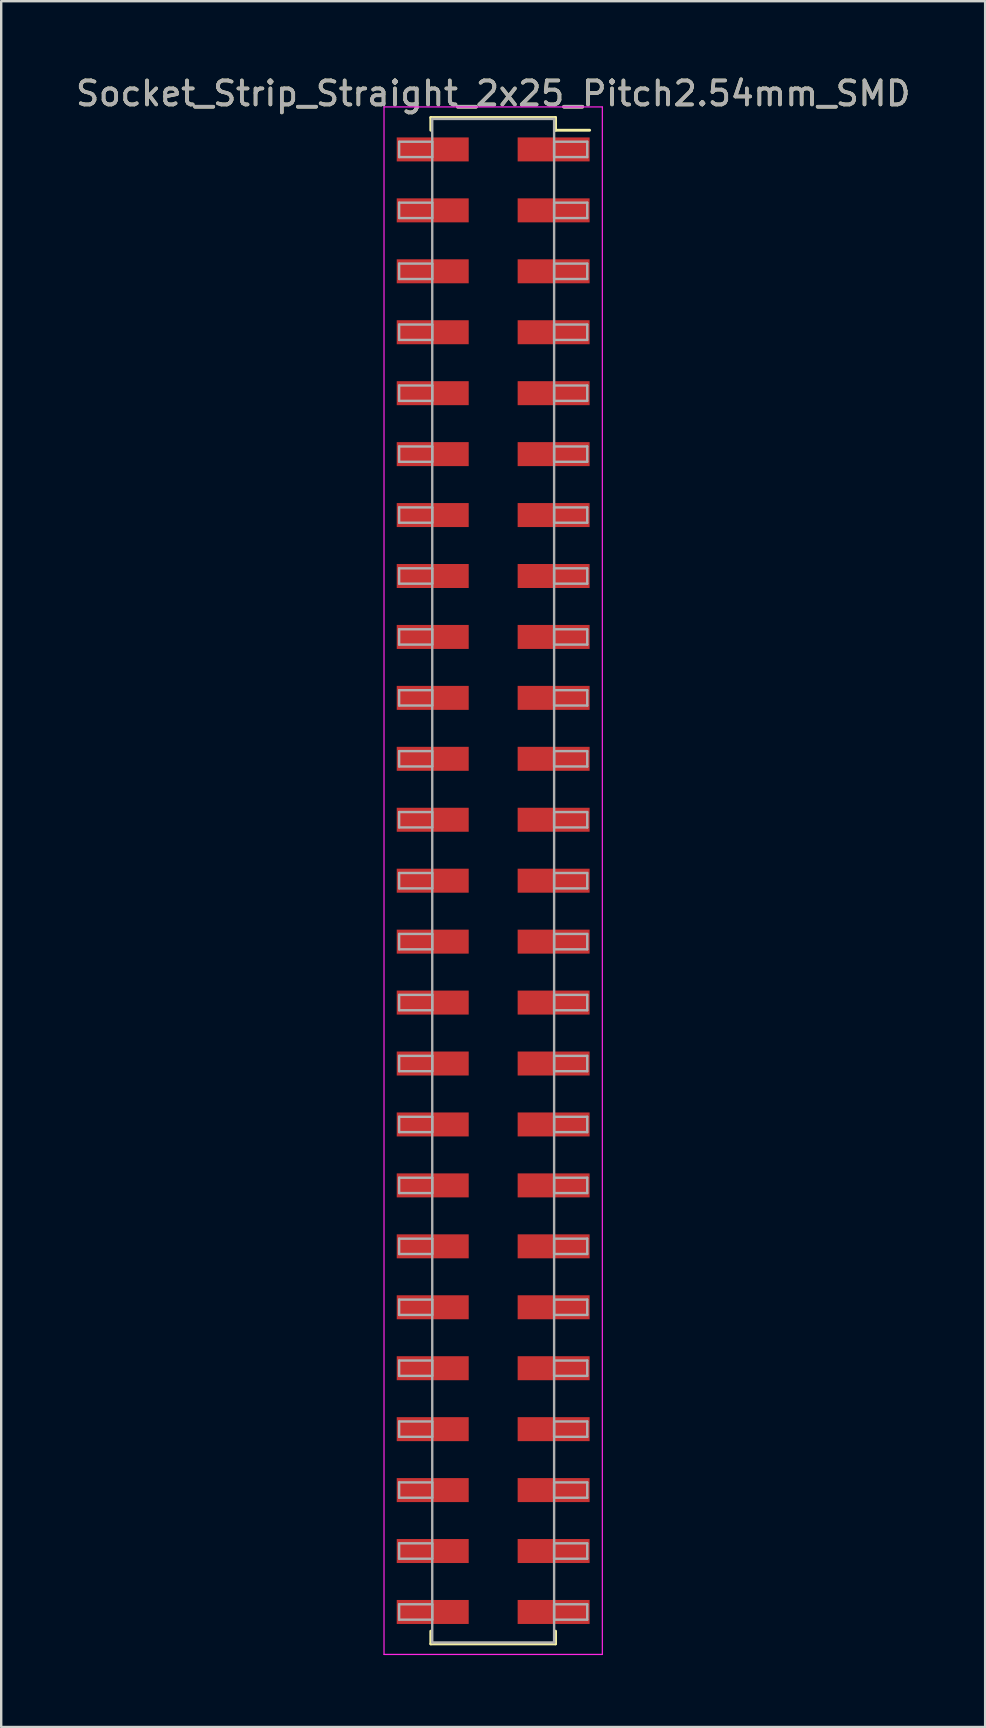
<source format=kicad_pcb>
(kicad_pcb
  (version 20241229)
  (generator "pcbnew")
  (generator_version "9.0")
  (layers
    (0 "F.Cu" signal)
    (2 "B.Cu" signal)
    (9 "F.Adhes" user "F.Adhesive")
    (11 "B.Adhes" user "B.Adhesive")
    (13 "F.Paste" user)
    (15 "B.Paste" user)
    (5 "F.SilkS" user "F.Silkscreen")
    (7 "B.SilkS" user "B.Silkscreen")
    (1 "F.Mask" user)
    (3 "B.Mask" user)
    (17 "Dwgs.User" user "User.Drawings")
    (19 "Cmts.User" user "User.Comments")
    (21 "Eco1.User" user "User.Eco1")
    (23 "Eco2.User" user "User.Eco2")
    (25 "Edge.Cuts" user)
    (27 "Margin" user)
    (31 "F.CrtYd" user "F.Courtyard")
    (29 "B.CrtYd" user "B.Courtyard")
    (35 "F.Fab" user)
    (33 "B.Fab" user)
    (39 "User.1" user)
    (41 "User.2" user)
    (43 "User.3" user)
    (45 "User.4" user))
  (footprint "Socket_Strip_Straight_2x25_Pitch2.54mm_SMD"
    (layer "F.Cu")
    (at 17.506 33.658)
    (property "Reference" "Socket_Strip_Straight_2x25_Pitch2.54mm_SMD" (at 0 -32.81 0) (layer "F.SilkS") (effects (font (size 1 1) (thickness 0.15))))
    (attr smd)
    (fp_line (start -2.6 -31.81) (end 2.6 -31.81) (stroke (width 0.12) (type solid)) (layer "F.SilkS"))
    (fp_line (start -2.6 -31.28) (end -2.6 -31.81) (stroke (width 0.12) (type solid)) (layer "F.SilkS"))
    (fp_line (start -2.6 31.28) (end -2.6 31.81) (stroke (width 0.12) (type solid)) (layer "F.SilkS"))
    (fp_line (start -2.6 31.81) (end 2.6 31.81) (stroke (width 0.12) (type solid)) (layer "F.SilkS"))
    (fp_line (start 2.6 -31.81) (end 2.6 -31.28) (stroke (width 0.12) (type solid)) (layer "F.SilkS"))
    (fp_line (start 2.6 31.81) (end 2.6 31.28) (stroke (width 0.12) (type solid)) (layer "F.SilkS"))
    (fp_line (start 4.02 -31.28) (end 2.6 -31.28) (stroke (width 0.12) (type solid)) (layer "F.SilkS"))
    (fp_line (start -4.55 -32.25) (end -4.55 32.25) (stroke (width 0.05) (type solid)) (layer "F.CrtYd"))
    (fp_line (start -4.55 32.25) (end 4.55 32.25) (stroke (width 0.05) (type solid)) (layer "F.CrtYd"))
    (fp_line (start 4.55 -32.25) (end -4.55 -32.25) (stroke (width 0.05) (type solid)) (layer "F.CrtYd"))
    (fp_line (start 4.55 32.25) (end 4.55 -32.25) (stroke (width 0.05) (type solid)) (layer "F.CrtYd"))
    (fp_line (start -3.92 -30.8) (end -2.54 -30.8) (stroke (width 0.1) (type solid)) (layer "F.Fab"))
    (fp_line (start -3.92 -30.16) (end -3.92 -30.8) (stroke (width 0.1) (type solid)) (layer "F.Fab"))
    (fp_line (start -3.92 -28.26) (end -2.54 -28.26) (stroke (width 0.1) (type solid)) (layer "F.Fab"))
    (fp_line (start -3.92 -27.62) (end -3.92 -28.26) (stroke (width 0.1) (type solid)) (layer "F.Fab"))
    (fp_line (start -3.92 -25.72) (end -2.54 -25.72) (stroke (width 0.1) (type solid)) (layer "F.Fab"))
    (fp_line (start -3.92 -25.08) (end -3.92 -25.72) (stroke (width 0.1) (type solid)) (layer "F.Fab"))
    (fp_line (start -3.92 -23.18) (end -2.54 -23.18) (stroke (width 0.1) (type solid)) (layer "F.Fab"))
    (fp_line (start -3.92 -22.54) (end -3.92 -23.18) (stroke (width 0.1) (type solid)) (layer "F.Fab"))
    (fp_line (start -3.92 -20.64) (end -2.54 -20.64) (stroke (width 0.1) (type solid)) (layer "F.Fab"))
    (fp_line (start -3.92 -20) (end -3.92 -20.64) (stroke (width 0.1) (type solid)) (layer "F.Fab"))
    (fp_line (start -3.92 -18.1) (end -2.54 -18.1) (stroke (width 0.1) (type solid)) (layer "F.Fab"))
    (fp_line (start -3.92 -17.46) (end -3.92 -18.1) (stroke (width 0.1) (type solid)) (layer "F.Fab"))
    (fp_line (start -3.92 -15.56) (end -2.54 -15.56) (stroke (width 0.1) (type solid)) (layer "F.Fab"))
    (fp_line (start -3.92 -14.92) (end -3.92 -15.56) (stroke (width 0.1) (type solid)) (layer "F.Fab"))
    (fp_line (start -3.92 -13.02) (end -2.54 -13.02) (stroke (width 0.1) (type solid)) (layer "F.Fab"))
    (fp_line (start -3.92 -12.38) (end -3.92 -13.02) (stroke (width 0.1) (type solid)) (layer "F.Fab"))
    (fp_line (start -3.92 -10.48) (end -2.54 -10.48) (stroke (width 0.1) (type solid)) (layer "F.Fab"))
    (fp_line (start -3.92 -9.84) (end -3.92 -10.48) (stroke (width 0.1) (type solid)) (layer "F.Fab"))
    (fp_line (start -3.92 -7.94) (end -2.54 -7.94) (stroke (width 0.1) (type solid)) (layer "F.Fab"))
    (fp_line (start -3.92 -7.3) (end -3.92 -7.94) (stroke (width 0.1) (type solid)) (layer "F.Fab"))
    (fp_line (start -3.92 -5.4) (end -2.54 -5.4) (stroke (width 0.1) (type solid)) (layer "F.Fab"))
    (fp_line (start -3.92 -4.76) (end -3.92 -5.4) (stroke (width 0.1) (type solid)) (layer "F.Fab"))
    (fp_line (start -3.92 -2.86) (end -2.54 -2.86) (stroke (width 0.1) (type solid)) (layer "F.Fab"))
    (fp_line (start -3.92 -2.22) (end -3.92 -2.86) (stroke (width 0.1) (type solid)) (layer "F.Fab"))
    (fp_line (start -3.92 -0.32) (end -2.54 -0.32) (stroke (width 0.1) (type solid)) (layer "F.Fab"))
    (fp_line (start -3.92 0.32) (end -3.92 -0.32) (stroke (width 0.1) (type solid)) (layer "F.Fab"))
    (fp_line (start -3.92 2.22) (end -2.54 2.22) (stroke (width 0.1) (type solid)) (layer "F.Fab"))
    (fp_line (start -3.92 2.86) (end -3.92 2.22) (stroke (width 0.1) (type solid)) (layer "F.Fab"))
    (fp_line (start -3.92 4.76) (end -2.54 4.76) (stroke (width 0.1) (type solid)) (layer "F.Fab"))
    (fp_line (start -3.92 5.4) (end -3.92 4.76) (stroke (width 0.1) (type solid)) (layer "F.Fab"))
    (fp_line (start -3.92 7.3) (end -2.54 7.3) (stroke (width 0.1) (type solid)) (layer "F.Fab"))
    (fp_line (start -3.92 7.94) (end -3.92 7.3) (stroke (width 0.1) (type solid)) (layer "F.Fab"))
    (fp_line (start -3.92 9.84) (end -2.54 9.84) (stroke (width 0.1) (type solid)) (layer "F.Fab"))
    (fp_line (start -3.92 10.48) (end -3.92 9.84) (stroke (width 0.1) (type solid)) (layer "F.Fab"))
    (fp_line (start -3.92 12.38) (end -2.54 12.38) (stroke (width 0.1) (type solid)) (layer "F.Fab"))
    (fp_line (start -3.92 13.02) (end -3.92 12.38) (stroke (width 0.1) (type solid)) (layer "F.Fab"))
    (fp_line (start -3.92 14.92) (end -2.54 14.92) (stroke (width 0.1) (type solid)) (layer "F.Fab"))
    (fp_line (start -3.92 15.56) (end -3.92 14.92) (stroke (width 0.1) (type solid)) (layer "F.Fab"))
    (fp_line (start -3.92 17.46) (end -2.54 17.46) (stroke (width 0.1) (type solid)) (layer "F.Fab"))
    (fp_line (start -3.92 18.1) (end -3.92 17.46) (stroke (width 0.1) (type solid)) (layer "F.Fab"))
    (fp_line (start -3.92 20) (end -2.54 20) (stroke (width 0.1) (type solid)) (layer "F.Fab"))
    (fp_line (start -3.92 20.64) (end -3.92 20) (stroke (width 0.1) (type solid)) (layer "F.Fab"))
    (fp_line (start -3.92 22.54) (end -2.54 22.54) (stroke (width 0.1) (type solid)) (layer "F.Fab"))
    (fp_line (start -3.92 23.18) (end -3.92 22.54) (stroke (width 0.1) (type solid)) (layer "F.Fab"))
    (fp_line (start -3.92 25.08) (end -2.54 25.08) (stroke (width 0.1) (type solid)) (layer "F.Fab"))
    (fp_line (start -3.92 25.72) (end -3.92 25.08) (stroke (width 0.1) (type solid)) (layer "F.Fab"))
    (fp_line (start -3.92 27.62) (end -2.54 27.62) (stroke (width 0.1) (type solid)) (layer "F.Fab"))
    (fp_line (start -3.92 28.26) (end -3.92 27.62) (stroke (width 0.1) (type solid)) (layer "F.Fab"))
    (fp_line (start -3.92 30.16) (end -2.54 30.16) (stroke (width 0.1) (type solid)) (layer "F.Fab"))
    (fp_line (start -3.92 30.8) (end -3.92 30.16) (stroke (width 0.1) (type solid)) (layer "F.Fab"))
    (fp_line (start -2.54 -31.75) (end -2.54 31.75) (stroke (width 0.1) (type solid)) (layer "F.Fab"))
    (fp_line (start -2.54 -30.8) (end -2.54 -30.16) (stroke (width 0.1) (type solid)) (layer "F.Fab"))
    (fp_line (start -2.54 -30.16) (end -3.92 -30.16) (stroke (width 0.1) (type solid)) (layer "F.Fab"))
    (fp_line (start -2.54 -28.26) (end -2.54 -27.62) (stroke (width 0.1) (type solid)) (layer "F.Fab"))
    (fp_line (start -2.54 -27.62) (end -3.92 -27.62) (stroke (width 0.1) (type solid)) (layer "F.Fab"))
    (fp_line (start -2.54 -25.72) (end -2.54 -25.08) (stroke (width 0.1) (type solid)) (layer "F.Fab"))
    (fp_line (start -2.54 -25.08) (end -3.92 -25.08) (stroke (width 0.1) (type solid)) (layer "F.Fab"))
    (fp_line (start -2.54 -23.18) (end -2.54 -22.54) (stroke (width 0.1) (type solid)) (layer "F.Fab"))
    (fp_line (start -2.54 -22.54) (end -3.92 -22.54) (stroke (width 0.1) (type solid)) (layer "F.Fab"))
    (fp_line (start -2.54 -20.64) (end -2.54 -20) (stroke (width 0.1) (type solid)) (layer "F.Fab"))
    (fp_line (start -2.54 -20) (end -3.92 -20) (stroke (width 0.1) (type solid)) (layer "F.Fab"))
    (fp_line (start -2.54 -18.1) (end -2.54 -17.46) (stroke (width 0.1) (type solid)) (layer "F.Fab"))
    (fp_line (start -2.54 -17.46) (end -3.92 -17.46) (stroke (width 0.1) (type solid)) (layer "F.Fab"))
    (fp_line (start -2.54 -15.56) (end -2.54 -14.92) (stroke (width 0.1) (type solid)) (layer "F.Fab"))
    (fp_line (start -2.54 -14.92) (end -3.92 -14.92) (stroke (width 0.1) (type solid)) (layer "F.Fab"))
    (fp_line (start -2.54 -13.02) (end -2.54 -12.38) (stroke (width 0.1) (type solid)) (layer "F.Fab"))
    (fp_line (start -2.54 -12.38) (end -3.92 -12.38) (stroke (width 0.1) (type solid)) (layer "F.Fab"))
    (fp_line (start -2.54 -10.48) (end -2.54 -9.84) (stroke (width 0.1) (type solid)) (layer "F.Fab"))
    (fp_line (start -2.54 -9.84) (end -3.92 -9.84) (stroke (width 0.1) (type solid)) (layer "F.Fab"))
    (fp_line (start -2.54 -7.94) (end -2.54 -7.3) (stroke (width 0.1) (type solid)) (layer "F.Fab"))
    (fp_line (start -2.54 -7.3) (end -3.92 -7.3) (stroke (width 0.1) (type solid)) (layer "F.Fab"))
    (fp_line (start -2.54 -5.4) (end -2.54 -4.76) (stroke (width 0.1) (type solid)) (layer "F.Fab"))
    (fp_line (start -2.54 -4.76) (end -3.92 -4.76) (stroke (width 0.1) (type solid)) (layer "F.Fab"))
    (fp_line (start -2.54 -2.86) (end -2.54 -2.22) (stroke (width 0.1) (type solid)) (layer "F.Fab"))
    (fp_line (start -2.54 -2.22) (end -3.92 -2.22) (stroke (width 0.1) (type solid)) (layer "F.Fab"))
    (fp_line (start -2.54 -0.32) (end -2.54 0.32) (stroke (width 0.1) (type solid)) (layer "F.Fab"))
    (fp_line (start -2.54 0.32) (end -3.92 0.32) (stroke (width 0.1) (type solid)) (layer "F.Fab"))
    (fp_line (start -2.54 2.22) (end -2.54 2.86) (stroke (width 0.1) (type solid)) (layer "F.Fab"))
    (fp_line (start -2.54 2.86) (end -3.92 2.86) (stroke (width 0.1) (type solid)) (layer "F.Fab"))
    (fp_line (start -2.54 4.76) (end -2.54 5.4) (stroke (width 0.1) (type solid)) (layer "F.Fab"))
    (fp_line (start -2.54 5.4) (end -3.92 5.4) (stroke (width 0.1) (type solid)) (layer "F.Fab"))
    (fp_line (start -2.54 7.3) (end -2.54 7.94) (stroke (width 0.1) (type solid)) (layer "F.Fab"))
    (fp_line (start -2.54 7.94) (end -3.92 7.94) (stroke (width 0.1) (type solid)) (layer "F.Fab"))
    (fp_line (start -2.54 9.84) (end -2.54 10.48) (stroke (width 0.1) (type solid)) (layer "F.Fab"))
    (fp_line (start -2.54 10.48) (end -3.92 10.48) (stroke (width 0.1) (type solid)) (layer "F.Fab"))
    (fp_line (start -2.54 12.38) (end -2.54 13.02) (stroke (width 0.1) (type solid)) (layer "F.Fab"))
    (fp_line (start -2.54 13.02) (end -3.92 13.02) (stroke (width 0.1) (type solid)) (layer "F.Fab"))
    (fp_line (start -2.54 14.92) (end -2.54 15.56) (stroke (width 0.1) (type solid)) (layer "F.Fab"))
    (fp_line (start -2.54 15.56) (end -3.92 15.56) (stroke (width 0.1) (type solid)) (layer "F.Fab"))
    (fp_line (start -2.54 17.46) (end -2.54 18.1) (stroke (width 0.1) (type solid)) (layer "F.Fab"))
    (fp_line (start -2.54 18.1) (end -3.92 18.1) (stroke (width 0.1) (type solid)) (layer "F.Fab"))
    (fp_line (start -2.54 20) (end -2.54 20.64) (stroke (width 0.1) (type solid)) (layer "F.Fab"))
    (fp_line (start -2.54 20.64) (end -3.92 20.64) (stroke (width 0.1) (type solid)) (layer "F.Fab"))
    (fp_line (start -2.54 22.54) (end -2.54 23.18) (stroke (width 0.1) (type solid)) (layer "F.Fab"))
    (fp_line (start -2.54 23.18) (end -3.92 23.18) (stroke (width 0.1) (type solid)) (layer "F.Fab"))
    (fp_line (start -2.54 25.08) (end -2.54 25.72) (stroke (width 0.1) (type solid)) (layer "F.Fab"))
    (fp_line (start -2.54 25.72) (end -3.92 25.72) (stroke (width 0.1) (type solid)) (layer "F.Fab"))
    (fp_line (start -2.54 27.62) (end -2.54 28.26) (stroke (width 0.1) (type solid)) (layer "F.Fab"))
    (fp_line (start -2.54 28.26) (end -3.92 28.26) (stroke (width 0.1) (type solid)) (layer "F.Fab"))
    (fp_line (start -2.54 30.16) (end -2.54 30.8) (stroke (width 0.1) (type solid)) (layer "F.Fab"))
    (fp_line (start -2.54 30.8) (end -3.92 30.8) (stroke (width 0.1) (type solid)) (layer "F.Fab"))
    (fp_line (start -2.54 31.75) (end 2.54 31.75) (stroke (width 0.1) (type solid)) (layer "F.Fab"))
    (fp_line (start 2.54 -31.75) (end -2.54 -31.75) (stroke (width 0.1) (type solid)) (layer "F.Fab"))
    (fp_line (start 2.54 -30.8) (end 2.54 -30.16) (stroke (width 0.1) (type solid)) (layer "F.Fab"))
    (fp_line (start 2.54 -30.16) (end 3.92 -30.16) (stroke (width 0.1) (type solid)) (layer "F.Fab"))
    (fp_line (start 2.54 -28.26) (end 2.54 -27.62) (stroke (width 0.1) (type solid)) (layer "F.Fab"))
    (fp_line (start 2.54 -27.62) (end 3.92 -27.62) (stroke (width 0.1) (type solid)) (layer "F.Fab"))
    (fp_line (start 2.54 -25.72) (end 2.54 -25.08) (stroke (width 0.1) (type solid)) (layer "F.Fab"))
    (fp_line (start 2.54 -25.08) (end 3.92 -25.08) (stroke (width 0.1) (type solid)) (layer "F.Fab"))
    (fp_line (start 2.54 -23.18) (end 2.54 -22.54) (stroke (width 0.1) (type solid)) (layer "F.Fab"))
    (fp_line (start 2.54 -22.54) (end 3.92 -22.54) (stroke (width 0.1) (type solid)) (layer "F.Fab"))
    (fp_line (start 2.54 -20.64) (end 2.54 -20) (stroke (width 0.1) (type solid)) (layer "F.Fab"))
    (fp_line (start 2.54 -20) (end 3.92 -20) (stroke (width 0.1) (type solid)) (layer "F.Fab"))
    (fp_line (start 2.54 -18.1) (end 2.54 -17.46) (stroke (width 0.1) (type solid)) (layer "F.Fab"))
    (fp_line (start 2.54 -17.46) (end 3.92 -17.46) (stroke (width 0.1) (type solid)) (layer "F.Fab"))
    (fp_line (start 2.54 -15.56) (end 2.54 -14.92) (stroke (width 0.1) (type solid)) (layer "F.Fab"))
    (fp_line (start 2.54 -14.92) (end 3.92 -14.92) (stroke (width 0.1) (type solid)) (layer "F.Fab"))
    (fp_line (start 2.54 -13.02) (end 2.54 -12.38) (stroke (width 0.1) (type solid)) (layer "F.Fab"))
    (fp_line (start 2.54 -12.38) (end 3.92 -12.38) (stroke (width 0.1) (type solid)) (layer "F.Fab"))
    (fp_line (start 2.54 -10.48) (end 2.54 -9.84) (stroke (width 0.1) (type solid)) (layer "F.Fab"))
    (fp_line (start 2.54 -9.84) (end 3.92 -9.84) (stroke (width 0.1) (type solid)) (layer "F.Fab"))
    (fp_line (start 2.54 -7.94) (end 2.54 -7.3) (stroke (width 0.1) (type solid)) (layer "F.Fab"))
    (fp_line (start 2.54 -7.3) (end 3.92 -7.3) (stroke (width 0.1) (type solid)) (layer "F.Fab"))
    (fp_line (start 2.54 -5.4) (end 2.54 -4.76) (stroke (width 0.1) (type solid)) (layer "F.Fab"))
    (fp_line (start 2.54 -4.76) (end 3.92 -4.76) (stroke (width 0.1) (type solid)) (layer "F.Fab"))
    (fp_line (start 2.54 -2.86) (end 2.54 -2.22) (stroke (width 0.1) (type solid)) (layer "F.Fab"))
    (fp_line (start 2.54 -2.22) (end 3.92 -2.22) (stroke (width 0.1) (type solid)) (layer "F.Fab"))
    (fp_line (start 2.54 -0.32) (end 2.54 0.32) (stroke (width 0.1) (type solid)) (layer "F.Fab"))
    (fp_line (start 2.54 0.32) (end 3.92 0.32) (stroke (width 0.1) (type solid)) (layer "F.Fab"))
    (fp_line (start 2.54 2.22) (end 2.54 2.86) (stroke (width 0.1) (type solid)) (layer "F.Fab"))
    (fp_line (start 2.54 2.86) (end 3.92 2.86) (stroke (width 0.1) (type solid)) (layer "F.Fab"))
    (fp_line (start 2.54 4.76) (end 2.54 5.4) (stroke (width 0.1) (type solid)) (layer "F.Fab"))
    (fp_line (start 2.54 5.4) (end 3.92 5.4) (stroke (width 0.1) (type solid)) (layer "F.Fab"))
    (fp_line (start 2.54 7.3) (end 2.54 7.94) (stroke (width 0.1) (type solid)) (layer "F.Fab"))
    (fp_line (start 2.54 7.94) (end 3.92 7.94) (stroke (width 0.1) (type solid)) (layer "F.Fab"))
    (fp_line (start 2.54 9.84) (end 2.54 10.48) (stroke (width 0.1) (type solid)) (layer "F.Fab"))
    (fp_line (start 2.54 10.48) (end 3.92 10.48) (stroke (width 0.1) (type solid)) (layer "F.Fab"))
    (fp_line (start 2.54 12.38) (end 2.54 13.02) (stroke (width 0.1) (type solid)) (layer "F.Fab"))
    (fp_line (start 2.54 13.02) (end 3.92 13.02) (stroke (width 0.1) (type solid)) (layer "F.Fab"))
    (fp_line (start 2.54 14.92) (end 2.54 15.56) (stroke (width 0.1) (type solid)) (layer "F.Fab"))
    (fp_line (start 2.54 15.56) (end 3.92 15.56) (stroke (width 0.1) (type solid)) (layer "F.Fab"))
    (fp_line (start 2.54 17.46) (end 2.54 18.1) (stroke (width 0.1) (type solid)) (layer "F.Fab"))
    (fp_line (start 2.54 18.1) (end 3.92 18.1) (stroke (width 0.1) (type solid)) (layer "F.Fab"))
    (fp_line (start 2.54 20) (end 2.54 20.64) (stroke (width 0.1) (type solid)) (layer "F.Fab"))
    (fp_line (start 2.54 20.64) (end 3.92 20.64) (stroke (width 0.1) (type solid)) (layer "F.Fab"))
    (fp_line (start 2.54 22.54) (end 2.54 23.18) (stroke (width 0.1) (type solid)) (layer "F.Fab"))
    (fp_line (start 2.54 23.18) (end 3.92 23.18) (stroke (width 0.1) (type solid)) (layer "F.Fab"))
    (fp_line (start 2.54 25.08) (end 2.54 25.72) (stroke (width 0.1) (type solid)) (layer "F.Fab"))
    (fp_line (start 2.54 25.72) (end 3.92 25.72) (stroke (width 0.1) (type solid)) (layer "F.Fab"))
    (fp_line (start 2.54 27.62) (end 2.54 28.26) (stroke (width 0.1) (type solid)) (layer "F.Fab"))
    (fp_line (start 2.54 28.26) (end 3.92 28.26) (stroke (width 0.1) (type solid)) (layer "F.Fab"))
    (fp_line (start 2.54 30.16) (end 2.54 30.8) (stroke (width 0.1) (type solid)) (layer "F.Fab"))
    (fp_line (start 2.54 30.8) (end 3.92 30.8) (stroke (width 0.1) (type solid)) (layer "F.Fab"))
    (fp_line (start 2.54 31.75) (end 2.54 -31.75) (stroke (width 0.1) (type solid)) (layer "F.Fab"))
    (fp_line (start 3.92 -30.8) (end 2.54 -30.8) (stroke (width 0.1) (type solid)) (layer "F.Fab"))
    (fp_line (start 3.92 -30.16) (end 3.92 -30.8) (stroke (width 0.1) (type solid)) (layer "F.Fab"))
    (fp_line (start 3.92 -28.26) (end 2.54 -28.26) (stroke (width 0.1) (type solid)) (layer "F.Fab"))
    (fp_line (start 3.92 -27.62) (end 3.92 -28.26) (stroke (width 0.1) (type solid)) (layer "F.Fab"))
    (fp_line (start 3.92 -25.72) (end 2.54 -25.72) (stroke (width 0.1) (type solid)) (layer "F.Fab"))
    (fp_line (start 3.92 -25.08) (end 3.92 -25.72) (stroke (width 0.1) (type solid)) (layer "F.Fab"))
    (fp_line (start 3.92 -23.18) (end 2.54 -23.18) (stroke (width 0.1) (type solid)) (layer "F.Fab"))
    (fp_line (start 3.92 -22.54) (end 3.92 -23.18) (stroke (width 0.1) (type solid)) (layer "F.Fab"))
    (fp_line (start 3.92 -20.64) (end 2.54 -20.64) (stroke (width 0.1) (type solid)) (layer "F.Fab"))
    (fp_line (start 3.92 -20) (end 3.92 -20.64) (stroke (width 0.1) (type solid)) (layer "F.Fab"))
    (fp_line (start 3.92 -18.1) (end 2.54 -18.1) (stroke (width 0.1) (type solid)) (layer "F.Fab"))
    (fp_line (start 3.92 -17.46) (end 3.92 -18.1) (stroke (width 0.1) (type solid)) (layer "F.Fab"))
    (fp_line (start 3.92 -15.56) (end 2.54 -15.56) (stroke (width 0.1) (type solid)) (layer "F.Fab"))
    (fp_line (start 3.92 -14.92) (end 3.92 -15.56) (stroke (width 0.1) (type solid)) (layer "F.Fab"))
    (fp_line (start 3.92 -13.02) (end 2.54 -13.02) (stroke (width 0.1) (type solid)) (layer "F.Fab"))
    (fp_line (start 3.92 -12.38) (end 3.92 -13.02) (stroke (width 0.1) (type solid)) (layer "F.Fab"))
    (fp_line (start 3.92 -10.48) (end 2.54 -10.48) (stroke (width 0.1) (type solid)) (layer "F.Fab"))
    (fp_line (start 3.92 -9.84) (end 3.92 -10.48) (stroke (width 0.1) (type solid)) (layer "F.Fab"))
    (fp_line (start 3.92 -7.94) (end 2.54 -7.94) (stroke (width 0.1) (type solid)) (layer "F.Fab"))
    (fp_line (start 3.92 -7.3) (end 3.92 -7.94) (stroke (width 0.1) (type solid)) (layer "F.Fab"))
    (fp_line (start 3.92 -5.4) (end 2.54 -5.4) (stroke (width 0.1) (type solid)) (layer "F.Fab"))
    (fp_line (start 3.92 -4.76) (end 3.92 -5.4) (stroke (width 0.1) (type solid)) (layer "F.Fab"))
    (fp_line (start 3.92 -2.86) (end 2.54 -2.86) (stroke (width 0.1) (type solid)) (layer "F.Fab"))
    (fp_line (start 3.92 -2.22) (end 3.92 -2.86) (stroke (width 0.1) (type solid)) (layer "F.Fab"))
    (fp_line (start 3.92 -0.32) (end 2.54 -0.32) (stroke (width 0.1) (type solid)) (layer "F.Fab"))
    (fp_line (start 3.92 0.32) (end 3.92 -0.32) (stroke (width 0.1) (type solid)) (layer "F.Fab"))
    (fp_line (start 3.92 2.22) (end 2.54 2.22) (stroke (width 0.1) (type solid)) (layer "F.Fab"))
    (fp_line (start 3.92 2.86) (end 3.92 2.22) (stroke (width 0.1) (type solid)) (layer "F.Fab"))
    (fp_line (start 3.92 4.76) (end 2.54 4.76) (stroke (width 0.1) (type solid)) (layer "F.Fab"))
    (fp_line (start 3.92 5.4) (end 3.92 4.76) (stroke (width 0.1) (type solid)) (layer "F.Fab"))
    (fp_line (start 3.92 7.3) (end 2.54 7.3) (stroke (width 0.1) (type solid)) (layer "F.Fab"))
    (fp_line (start 3.92 7.94) (end 3.92 7.3) (stroke (width 0.1) (type solid)) (layer "F.Fab"))
    (fp_line (start 3.92 9.84) (end 2.54 9.84) (stroke (width 0.1) (type solid)) (layer "F.Fab"))
    (fp_line (start 3.92 10.48) (end 3.92 9.84) (stroke (width 0.1) (type solid)) (layer "F.Fab"))
    (fp_line (start 3.92 12.38) (end 2.54 12.38) (stroke (width 0.1) (type solid)) (layer "F.Fab"))
    (fp_line (start 3.92 13.02) (end 3.92 12.38) (stroke (width 0.1) (type solid)) (layer "F.Fab"))
    (fp_line (start 3.92 14.92) (end 2.54 14.92) (stroke (width 0.1) (type solid)) (layer "F.Fab"))
    (fp_line (start 3.92 15.56) (end 3.92 14.92) (stroke (width 0.1) (type solid)) (layer "F.Fab"))
    (fp_line (start 3.92 17.46) (end 2.54 17.46) (stroke (width 0.1) (type solid)) (layer "F.Fab"))
    (fp_line (start 3.92 18.1) (end 3.92 17.46) (stroke (width 0.1) (type solid)) (layer "F.Fab"))
    (fp_line (start 3.92 20) (end 2.54 20) (stroke (width 0.1) (type solid)) (layer "F.Fab"))
    (fp_line (start 3.92 20.64) (end 3.92 20) (stroke (width 0.1) (type solid)) (layer "F.Fab"))
    (fp_line (start 3.92 22.54) (end 2.54 22.54) (stroke (width 0.1) (type solid)) (layer "F.Fab"))
    (fp_line (start 3.92 23.18) (end 3.92 22.54) (stroke (width 0.1) (type solid)) (layer "F.Fab"))
    (fp_line (start 3.92 25.08) (end 2.54 25.08) (stroke (width 0.1) (type solid)) (layer "F.Fab"))
    (fp_line (start 3.92 25.72) (end 3.92 25.08) (stroke (width 0.1) (type solid)) (layer "F.Fab"))
    (fp_line (start 3.92 27.62) (end 2.54 27.62) (stroke (width 0.1) (type solid)) (layer "F.Fab"))
    (fp_line (start 3.92 28.26) (end 3.92 27.62) (stroke (width 0.1) (type solid)) (layer "F.Fab"))
    (fp_line (start 3.92 30.16) (end 2.54 30.16) (stroke (width 0.1) (type solid)) (layer "F.Fab"))
    (fp_line (start 3.92 30.8) (end 3.92 30.16) (stroke (width 0.1) (type solid)) (layer "F.Fab"))
    (fp_text user "${REFERENCE}" (at 0 -32.81 0) (layer "F.Fab") (effects (font (size 1 1) (thickness 0.15))))
    (pad "1" smd rect (at 2.52 -30.48) (size 3 1) (layers "F.Cu" "F.Mask" "F.Paste"))
    (pad "2" smd rect (at -2.52 -30.48) (size 3 1) (layers "F.Cu" "F.Mask" "F.Paste"))
    (pad "3" smd rect (at 2.52 -27.94) (size 3 1) (layers "F.Cu" "F.Mask" "F.Paste"))
    (pad "4" smd rect (at -2.52 -27.94) (size 3 1) (layers "F.Cu" "F.Mask" "F.Paste"))
    (pad "5" smd rect (at 2.52 -25.4) (size 3 1) (layers "F.Cu" "F.Mask" "F.Paste"))
    (pad "6" smd rect (at -2.52 -25.4) (size 3 1) (layers "F.Cu" "F.Mask" "F.Paste"))
    (pad "7" smd rect (at 2.52 -22.86) (size 3 1) (layers "F.Cu" "F.Mask" "F.Paste"))
    (pad "8" smd rect (at -2.52 -22.86) (size 3 1) (layers "F.Cu" "F.Mask" "F.Paste"))
    (pad "9" smd rect (at 2.52 -20.32) (size 3 1) (layers "F.Cu" "F.Mask" "F.Paste"))
    (pad "10" smd rect (at -2.52 -20.32) (size 3 1) (layers "F.Cu" "F.Mask" "F.Paste"))
    (pad "11" smd rect (at 2.52 -17.78) (size 3 1) (layers "F.Cu" "F.Mask" "F.Paste"))
    (pad "12" smd rect (at -2.52 -17.78) (size 3 1) (layers "F.Cu" "F.Mask" "F.Paste"))
    (pad "13" smd rect (at 2.52 -15.24) (size 3 1) (layers "F.Cu" "F.Mask" "F.Paste"))
    (pad "14" smd rect (at -2.52 -15.24) (size 3 1) (layers "F.Cu" "F.Mask" "F.Paste"))
    (pad "15" smd rect (at 2.52 -12.7) (size 3 1) (layers "F.Cu" "F.Mask" "F.Paste"))
    (pad "16" smd rect (at -2.52 -12.7) (size 3 1) (layers "F.Cu" "F.Mask" "F.Paste"))
    (pad "17" smd rect (at 2.52 -10.16) (size 3 1) (layers "F.Cu" "F.Mask" "F.Paste"))
    (pad "18" smd rect (at -2.52 -10.16) (size 3 1) (layers "F.Cu" "F.Mask" "F.Paste"))
    (pad "19" smd rect (at 2.52 -7.62) (size 3 1) (layers "F.Cu" "F.Mask" "F.Paste"))
    (pad "20" smd rect (at -2.52 -7.62) (size 3 1) (layers "F.Cu" "F.Mask" "F.Paste"))
    (pad "21" smd rect (at 2.52 -5.08) (size 3 1) (layers "F.Cu" "F.Mask" "F.Paste"))
    (pad "22" smd rect (at -2.52 -5.08) (size 3 1) (layers "F.Cu" "F.Mask" "F.Paste"))
    (pad "23" smd rect (at 2.52 -2.54) (size 3 1) (layers "F.Cu" "F.Mask" "F.Paste"))
    (pad "24" smd rect (at -2.52 -2.54) (size 3 1) (layers "F.Cu" "F.Mask" "F.Paste"))
    (pad "25" smd rect (at 2.52 0) (size 3 1) (layers "F.Cu" "F.Mask" "F.Paste"))
    (pad "26" smd rect (at -2.52 0) (size 3 1) (layers "F.Cu" "F.Mask" "F.Paste"))
    (pad "27" smd rect (at 2.52 2.54) (size 3 1) (layers "F.Cu" "F.Mask" "F.Paste"))
    (pad "28" smd rect (at -2.52 2.54) (size 3 1) (layers "F.Cu" "F.Mask" "F.Paste"))
    (pad "29" smd rect (at 2.52 5.08) (size 3 1) (layers "F.Cu" "F.Mask" "F.Paste"))
    (pad "30" smd rect (at -2.52 5.08) (size 3 1) (layers "F.Cu" "F.Mask" "F.Paste"))
    (pad "31" smd rect (at 2.52 7.62) (size 3 1) (layers "F.Cu" "F.Mask" "F.Paste"))
    (pad "32" smd rect (at -2.52 7.62) (size 3 1) (layers "F.Cu" "F.Mask" "F.Paste"))
    (pad "33" smd rect (at 2.52 10.16) (size 3 1) (layers "F.Cu" "F.Mask" "F.Paste"))
    (pad "34" smd rect (at -2.52 10.16) (size 3 1) (layers "F.Cu" "F.Mask" "F.Paste"))
    (pad "35" smd rect (at 2.52 12.7) (size 3 1) (layers "F.Cu" "F.Mask" "F.Paste"))
    (pad "36" smd rect (at -2.52 12.7) (size 3 1) (layers "F.Cu" "F.Mask" "F.Paste"))
    (pad "37" smd rect (at 2.52 15.24) (size 3 1) (layers "F.Cu" "F.Mask" "F.Paste"))
    (pad "38" smd rect (at -2.52 15.24) (size 3 1) (layers "F.Cu" "F.Mask" "F.Paste"))
    (pad "39" smd rect (at 2.52 17.78) (size 3 1) (layers "F.Cu" "F.Mask" "F.Paste"))
    (pad "40" smd rect (at -2.52 17.78) (size 3 1) (layers "F.Cu" "F.Mask" "F.Paste"))
    (pad "41" smd rect (at 2.52 20.32) (size 3 1) (layers "F.Cu" "F.Mask" "F.Paste"))
    (pad "42" smd rect (at -2.52 20.32) (size 3 1) (layers "F.Cu" "F.Mask" "F.Paste"))
    (pad "43" smd rect (at 2.52 22.86) (size 3 1) (layers "F.Cu" "F.Mask" "F.Paste"))
    (pad "44" smd rect (at -2.52 22.86) (size 3 1) (layers "F.Cu" "F.Mask" "F.Paste"))
    (pad "45" smd rect (at 2.52 25.4) (size 3 1) (layers "F.Cu" "F.Mask" "F.Paste"))
    (pad "46" smd rect (at -2.52 25.4) (size 3 1) (layers "F.Cu" "F.Mask" "F.Paste"))
    (pad "47" smd rect (at 2.52 27.94) (size 3 1) (layers "F.Cu" "F.Mask" "F.Paste"))
    (pad "48" smd rect (at -2.52 27.94) (size 3 1) (layers "F.Cu" "F.Mask" "F.Paste"))
    (pad "49" smd rect (at 2.52 30.48) (size 3 1) (layers "F.Cu" "F.Mask" "F.Paste"))
    (pad "50" smd rect (at -2.52 30.48) (size 3 1) (layers "F.Cu" "F.Mask" "F.Paste")))
  (gr_rect
    (start -3 -3)
    (end 38.012 68.933)
    (stroke (width 0.1) (type default))
    (fill no)
    (layer "Edge.Cuts")))
</source>
